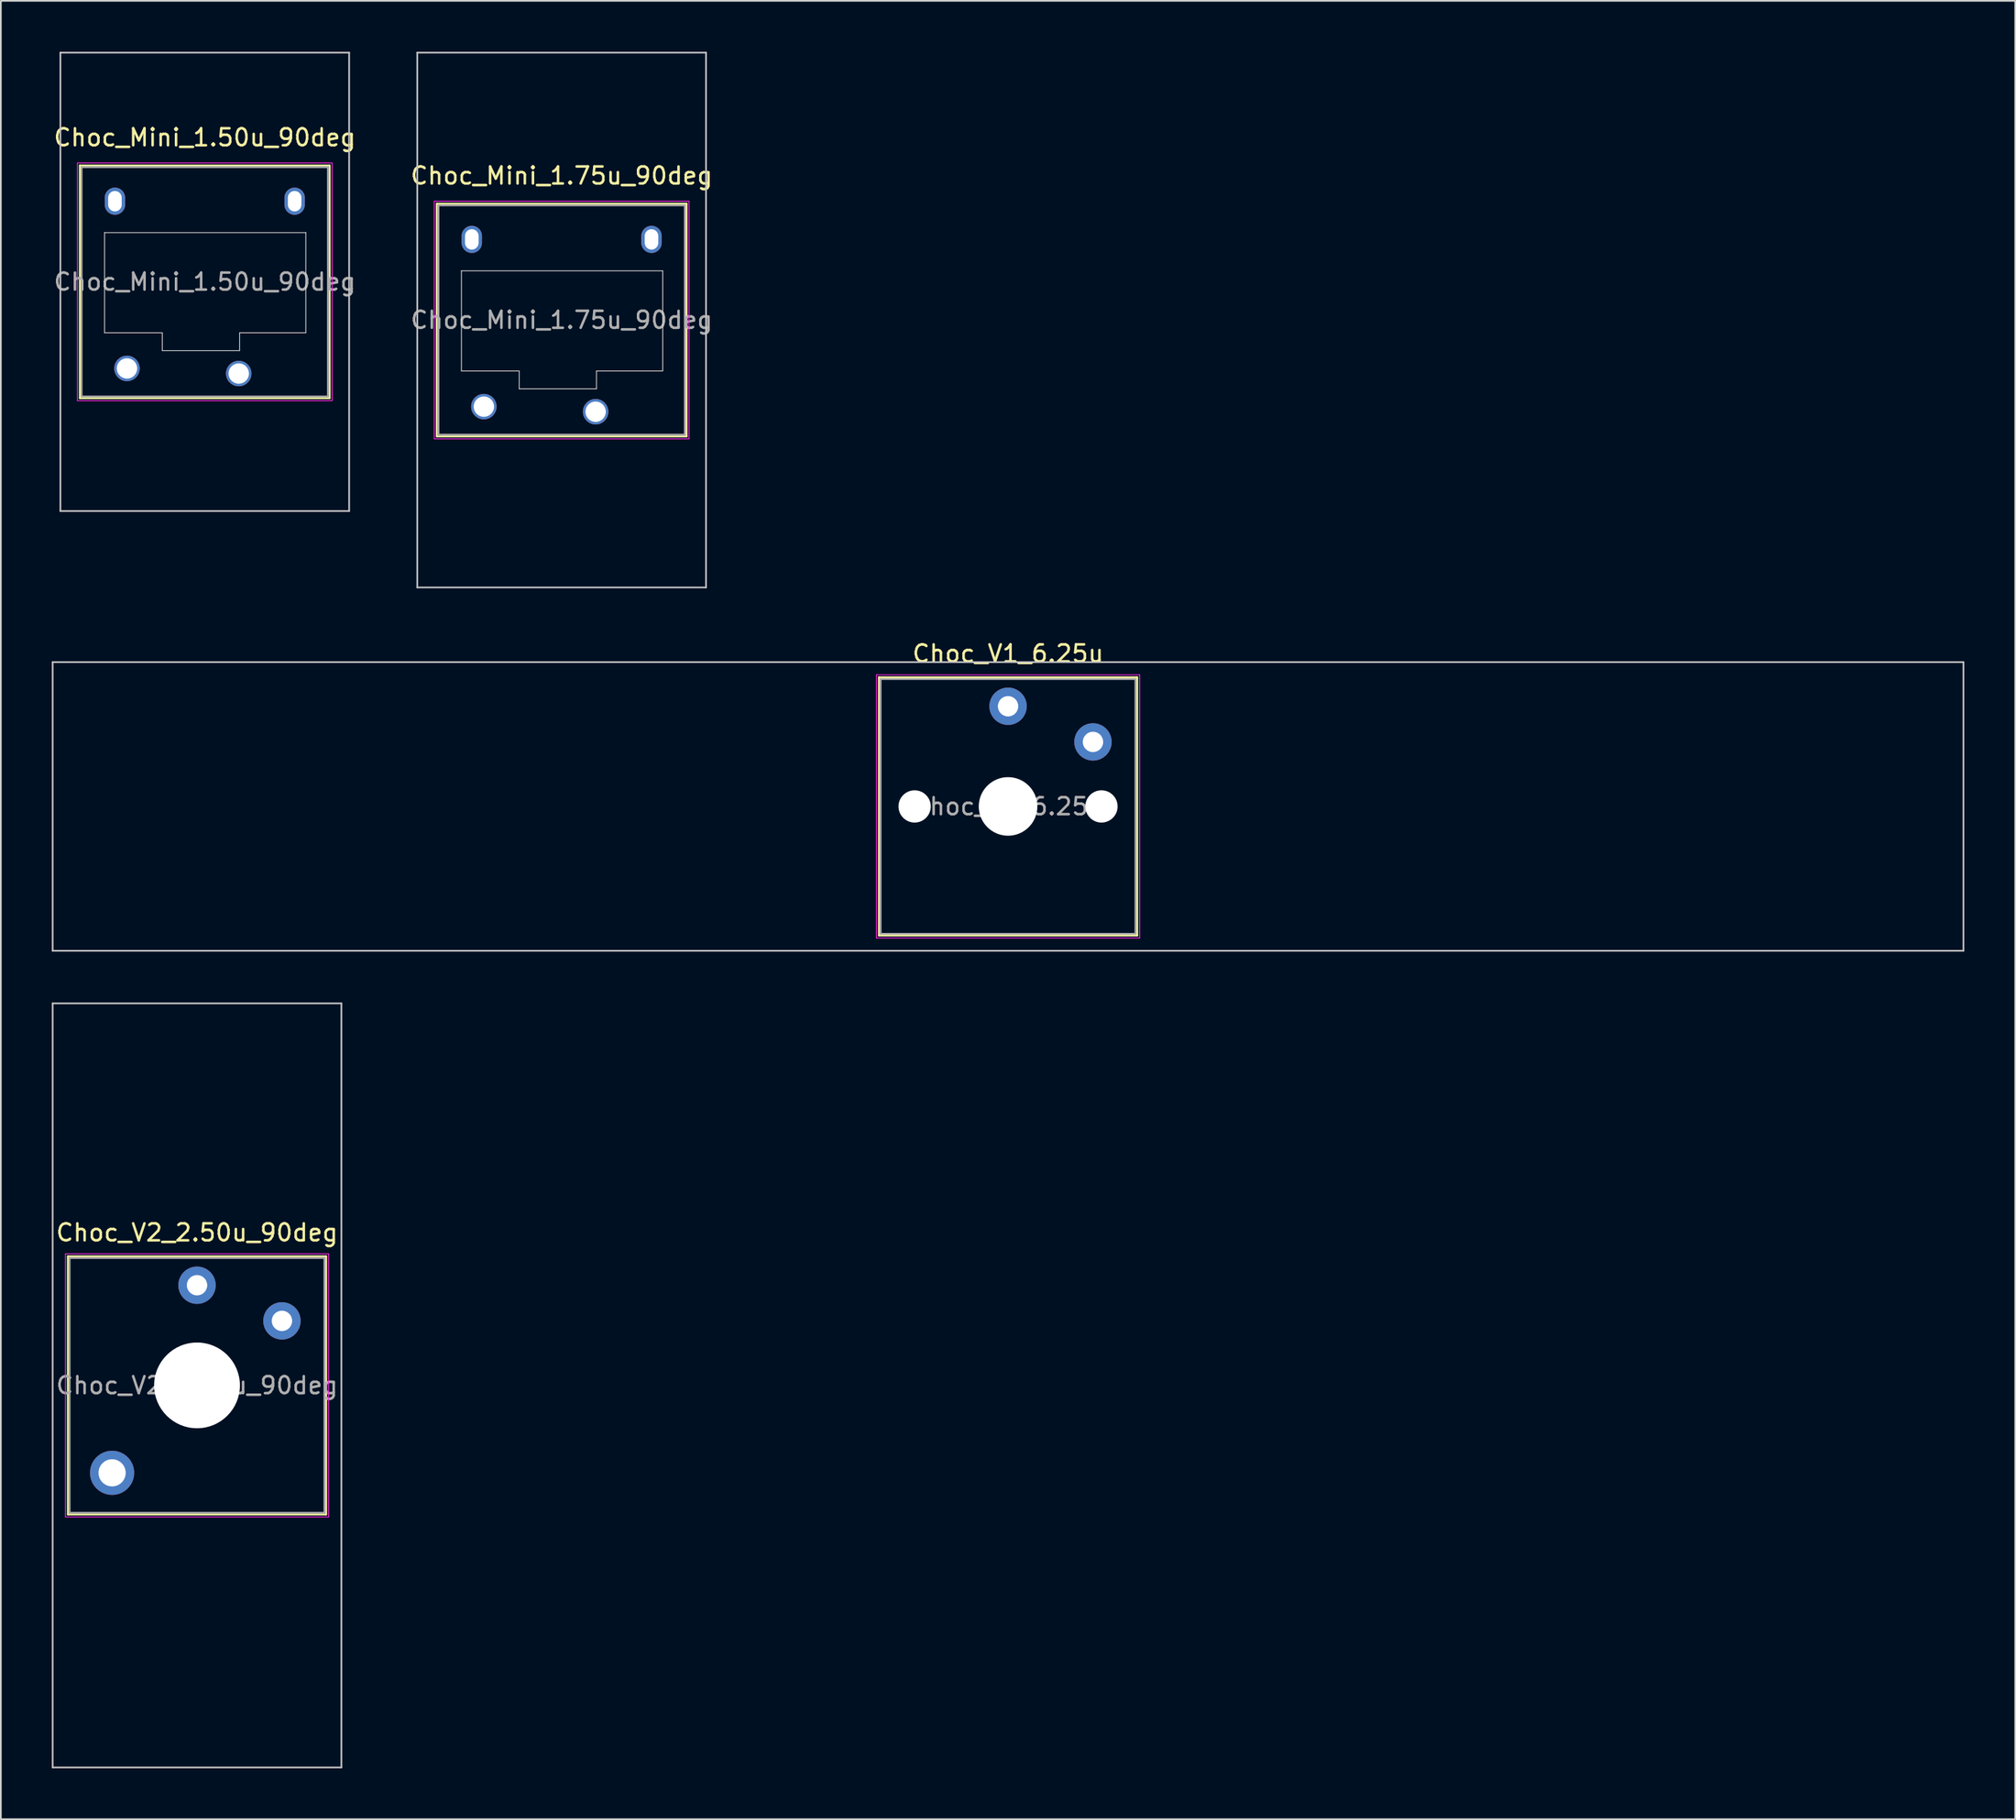
<source format=kicad_pcb>
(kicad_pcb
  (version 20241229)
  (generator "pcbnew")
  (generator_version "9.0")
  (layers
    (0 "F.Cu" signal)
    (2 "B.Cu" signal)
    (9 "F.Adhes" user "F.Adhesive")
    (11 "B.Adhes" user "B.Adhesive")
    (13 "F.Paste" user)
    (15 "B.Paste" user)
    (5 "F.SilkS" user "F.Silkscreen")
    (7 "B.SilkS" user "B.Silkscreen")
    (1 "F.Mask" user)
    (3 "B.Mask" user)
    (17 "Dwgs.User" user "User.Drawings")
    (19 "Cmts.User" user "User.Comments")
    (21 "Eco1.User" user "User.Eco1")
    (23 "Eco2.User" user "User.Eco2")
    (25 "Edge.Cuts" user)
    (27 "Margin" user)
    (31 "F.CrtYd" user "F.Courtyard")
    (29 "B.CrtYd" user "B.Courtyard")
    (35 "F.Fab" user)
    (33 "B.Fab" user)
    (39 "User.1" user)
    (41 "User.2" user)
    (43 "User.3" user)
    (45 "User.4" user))
  (footprint "Choc_V2_2.50u_90deg"
    (layer "F.Cu")
    (at 8.55 78.548)
    (property "Reference" "Choc_V2_2.50u_90deg" (at 0 -9 0) (layer "F.SilkS") (effects (font (size 1 1) (thickness 0.15))))
    (attr through_hole)
    (fp_line (start -7.6 -7.6) (end -7.6 7.6) (stroke (width 0.12) (type solid)) (layer "F.SilkS"))
    (fp_line (start -7.6 7.6) (end 7.6 7.6) (stroke (width 0.12) (type solid)) (layer "F.SilkS"))
    (fp_line (start 7.6 -7.6) (end -7.6 -7.6) (stroke (width 0.12) (type solid)) (layer "F.SilkS"))
    (fp_line (start 7.6 7.6) (end 7.6 -7.6) (stroke (width 0.12) (type solid)) (layer "F.SilkS"))
    (fp_line (start -8.5 -22.5) (end 8.5 -22.5) (stroke (width 0.1) (type solid)) (layer "Dwgs.User"))
    (fp_line (start -8.5 22.5) (end -8.5 -22.5) (stroke (width 0.1) (type solid)) (layer "Dwgs.User"))
    (fp_line (start 8.5 -22.5) (end 8.5 22.5) (stroke (width 0.1) (type solid)) (layer "Dwgs.User"))
    (fp_line (start 8.5 22.5) (end -8.5 22.5) (stroke (width 0.1) (type solid)) (layer "Dwgs.User"))
    (fp_line (start -7.25 -7.25) (end -7.25 7.25) (stroke (width 0.1) (type solid)) (layer "Eco1.User"))
    (fp_line (start -7.25 7.25) (end 7.25 7.25) (stroke (width 0.1) (type solid)) (layer "Eco1.User"))
    (fp_line (start 7.25 -7.25) (end -7.25 -7.25) (stroke (width 0.1) (type solid)) (layer "Eco1.User"))
    (fp_line (start 7.25 7.25) (end 7.25 -7.25) (stroke (width 0.1) (type solid)) (layer "Eco1.User"))
    (fp_line (start -7.75 -7.75) (end -7.75 7.75) (stroke (width 0.05) (type solid)) (layer "F.CrtYd"))
    (fp_line (start -7.75 7.75) (end 7.75 7.75) (stroke (width 0.05) (type solid)) (layer "F.CrtYd"))
    (fp_line (start 7.75 -7.75) (end -7.75 -7.75) (stroke (width 0.05) (type solid)) (layer "F.CrtYd"))
    (fp_line (start 7.75 7.75) (end 7.75 -7.75) (stroke (width 0.05) (type solid)) (layer "F.CrtYd"))
    (fp_line (start -7.5 -7.5) (end -7.5 7.5) (stroke (width 0.1) (type solid)) (layer "F.Fab"))
    (fp_line (start -7.5 7.5) (end 7.5 7.5) (stroke (width 0.1) (type solid)) (layer "F.Fab"))
    (fp_line (start 7.5 -7.5) (end -7.5 -7.5) (stroke (width 0.1) (type solid)) (layer "F.Fab"))
    (fp_line (start 7.5 7.5) (end 7.5 -7.5) (stroke (width 0.1) (type solid)) (layer "F.Fab"))
    (fp_text user "${REFERENCE}" (at 0 0 0) (layer "F.Fab") (effects (font (size 1 1) (thickness 0.15))))
    (pad "" thru_hole circle (at -5 5.15) (size 2.6 2.6) (drill 1.6) (layers "*.Cu" "*.Mask"))
    (pad "" np_thru_hole circle (at 0 0) (size 5.05 5.05) (drill 5.05) (layers "*.Cu" "*.Mask"))
    (pad "1" thru_hole circle (at 0 -5.9) (size 2.2 2.2) (drill 1.2) (layers "*.Cu" "*.Mask"))
    (pad "2" thru_hole circle (at 5 -3.8) (size 2.2 2.2) (drill 1.2) (layers "*.Cu" "*.Mask")))
  (footprint "Choc_Mini_1.50u_90deg"
    (layer "F.Cu")
    (at 9.006 13.55)
    (property "Reference" "Choc_Mini_1.50u_90deg" (at 0 -8.5 0) (layer "F.SilkS") (effects (font (size 1 1) (thickness 0.15))))
    (attr through_hole)
    (fp_line (start -7.35 -6.85) (end -7.35 6.85) (stroke (width 0.12) (type solid)) (layer "F.SilkS"))
    (fp_line (start -7.35 6.85) (end 7.35 6.85) (stroke (width 0.12) (type solid)) (layer "F.SilkS"))
    (fp_line (start 7.35 -6.85) (end -7.35 -6.85) (stroke (width 0.12) (type solid)) (layer "F.SilkS"))
    (fp_line (start 7.35 6.85) (end 7.35 -6.85) (stroke (width 0.12) (type solid)) (layer "F.SilkS"))
    (fp_line (start -8.5 -13.5) (end 8.5 -13.5) (stroke (width 0.1) (type solid)) (layer "Dwgs.User"))
    (fp_line (start -8.5 13.5) (end -8.5 -13.5) (stroke (width 0.1) (type solid)) (layer "Dwgs.User"))
    (fp_line (start 8.5 -13.5) (end 8.5 13.5) (stroke (width 0.1) (type solid)) (layer "Dwgs.User"))
    (fp_line (start 8.5 13.5) (end -8.5 13.5) (stroke (width 0.1) (type solid)) (layer "Dwgs.User"))
    (fp_line (start -6.85 -6.35) (end -6.85 6.35) (stroke (width 0.1) (type solid)) (layer "Eco1.User"))
    (fp_line (start -6.85 6.35) (end 6.85 6.35) (stroke (width 0.1) (type solid)) (layer "Eco1.User"))
    (fp_line (start 6.85 -6.35) (end -6.85 -6.35) (stroke (width 0.1) (type solid)) (layer "Eco1.User"))
    (fp_line (start 6.85 6.35) (end 6.85 -6.35) (stroke (width 0.1) (type solid)) (layer "Eco1.User"))
    (fp_line (start -5.9 -2.9) (end -5.9 3) (stroke (width 0.05) (type solid)) (layer "Edge.Cuts"))
    (fp_line (start -5.9 3) (end -2.5 3) (stroke (width 0.05) (type solid)) (layer "Edge.Cuts"))
    (fp_line (start -2.5 3) (end -2.5 4.05) (stroke (width 0.05) (type solid)) (layer "Edge.Cuts"))
    (fp_line (start -2.5 4.05) (end 2.05 4.05) (stroke (width 0.05) (type solid)) (layer "Edge.Cuts"))
    (fp_line (start 2.05 3) (end 5.95 3) (stroke (width 0.05) (type solid)) (layer "Edge.Cuts"))
    (fp_line (start 2.05 4.05) (end 2.05 3) (stroke (width 0.05) (type solid)) (layer "Edge.Cuts"))
    (fp_line (start 5.95 -2.9) (end -5.9 -2.9) (stroke (width 0.05) (type solid)) (layer "Edge.Cuts"))
    (fp_line (start 5.95 3) (end 5.95 -2.9) (stroke (width 0.05) (type solid)) (layer "Edge.Cuts"))
    (fp_line (start -7.5 -7) (end -7.5 7) (stroke (width 0.05) (type solid)) (layer "F.CrtYd"))
    (fp_line (start -7.5 7) (end 7.5 7) (stroke (width 0.05) (type solid)) (layer "F.CrtYd"))
    (fp_line (start 7.5 -7) (end -7.5 -7) (stroke (width 0.05) (type solid)) (layer "F.CrtYd"))
    (fp_line (start 7.5 7) (end 7.5 -7) (stroke (width 0.05) (type solid)) (layer "F.CrtYd"))
    (fp_line (start -7.25 -6.75) (end -7.25 6.75) (stroke (width 0.1) (type solid)) (layer "F.Fab"))
    (fp_line (start -7.25 6.75) (end 7.25 6.75) (stroke (width 0.1) (type solid)) (layer "F.Fab"))
    (fp_line (start 7.25 -6.75) (end -7.25 -6.75) (stroke (width 0.1) (type solid)) (layer "F.Fab"))
    (fp_line (start 7.25 6.75) (end 7.25 -6.75) (stroke (width 0.1) (type solid)) (layer "F.Fab"))
    (fp_text user "${REFERENCE}" (at 0 0 0) (layer "F.Fab") (effects (font (size 1 1) (thickness 0.15))))
    (pad "" np_thru_hole oval (at -5.29 -4.75) (size 1.2 1.6) (drill oval 0.8 1.2) (layers "*.Cu" "*.Mask"))
    (pad "" np_thru_hole oval (at 5.29 -4.75) (size 1.2 1.6) (drill oval 0.8 1.2) (layers "*.Cu" "*.Mask"))
    (pad "1" thru_hole circle (at 2 5.4) (size 1.5 1.5) (drill 1.2) (layers "*.Cu" "*.Mask"))
    (pad "2" thru_hole circle (at -4.58 5.1) (size 1.5 1.5) (drill 1.2) (layers "*.Cu" "*.Mask")))
  (footprint "Choc_Mini_1.75u_90deg"
    (layer "F.Cu")
    (at 30.018 15.8)
    (property "Reference" "Choc_Mini_1.75u_90deg" (at 0 -8.5 0) (layer "F.SilkS") (effects (font (size 1 1) (thickness 0.15))))
    (attr through_hole)
    (fp_line (start -7.35 -6.85) (end -7.35 6.85) (stroke (width 0.12) (type solid)) (layer "F.SilkS"))
    (fp_line (start -7.35 6.85) (end 7.35 6.85) (stroke (width 0.12) (type solid)) (layer "F.SilkS"))
    (fp_line (start 7.35 -6.85) (end -7.35 -6.85) (stroke (width 0.12) (type solid)) (layer "F.SilkS"))
    (fp_line (start 7.35 6.85) (end 7.35 -6.85) (stroke (width 0.12) (type solid)) (layer "F.SilkS"))
    (fp_line (start -8.5 -15.75) (end 8.5 -15.75) (stroke (width 0.1) (type solid)) (layer "Dwgs.User"))
    (fp_line (start -8.5 15.75) (end -8.5 -15.75) (stroke (width 0.1) (type solid)) (layer "Dwgs.User"))
    (fp_line (start 8.5 -15.75) (end 8.5 15.75) (stroke (width 0.1) (type solid)) (layer "Dwgs.User"))
    (fp_line (start 8.5 15.75) (end -8.5 15.75) (stroke (width 0.1) (type solid)) (layer "Dwgs.User"))
    (fp_line (start -6.85 -6.35) (end -6.85 6.35) (stroke (width 0.1) (type solid)) (layer "Eco1.User"))
    (fp_line (start -6.85 6.35) (end 6.85 6.35) (stroke (width 0.1) (type solid)) (layer "Eco1.User"))
    (fp_line (start 6.85 -6.35) (end -6.85 -6.35) (stroke (width 0.1) (type solid)) (layer "Eco1.User"))
    (fp_line (start 6.85 6.35) (end 6.85 -6.35) (stroke (width 0.1) (type solid)) (layer "Eco1.User"))
    (fp_line (start -5.9 -2.9) (end -5.9 3) (stroke (width 0.05) (type solid)) (layer "Edge.Cuts"))
    (fp_line (start -5.9 3) (end -2.5 3) (stroke (width 0.05) (type solid)) (layer "Edge.Cuts"))
    (fp_line (start -2.5 3) (end -2.5 4.05) (stroke (width 0.05) (type solid)) (layer "Edge.Cuts"))
    (fp_line (start -2.5 4.05) (end 2.05 4.05) (stroke (width 0.05) (type solid)) (layer "Edge.Cuts"))
    (fp_line (start 2.05 3) (end 5.95 3) (stroke (width 0.05) (type solid)) (layer "Edge.Cuts"))
    (fp_line (start 2.05 4.05) (end 2.05 3) (stroke (width 0.05) (type solid)) (layer "Edge.Cuts"))
    (fp_line (start 5.95 -2.9) (end -5.9 -2.9) (stroke (width 0.05) (type solid)) (layer "Edge.Cuts"))
    (fp_line (start 5.95 3) (end 5.95 -2.9) (stroke (width 0.05) (type solid)) (layer "Edge.Cuts"))
    (fp_line (start -7.5 -7) (end -7.5 7) (stroke (width 0.05) (type solid)) (layer "F.CrtYd"))
    (fp_line (start -7.5 7) (end 7.5 7) (stroke (width 0.05) (type solid)) (layer "F.CrtYd"))
    (fp_line (start 7.5 -7) (end -7.5 -7) (stroke (width 0.05) (type solid)) (layer "F.CrtYd"))
    (fp_line (start 7.5 7) (end 7.5 -7) (stroke (width 0.05) (type solid)) (layer "F.CrtYd"))
    (fp_line (start -7.25 -6.75) (end -7.25 6.75) (stroke (width 0.1) (type solid)) (layer "F.Fab"))
    (fp_line (start -7.25 6.75) (end 7.25 6.75) (stroke (width 0.1) (type solid)) (layer "F.Fab"))
    (fp_line (start 7.25 -6.75) (end -7.25 -6.75) (stroke (width 0.1) (type solid)) (layer "F.Fab"))
    (fp_line (start 7.25 6.75) (end 7.25 -6.75) (stroke (width 0.1) (type solid)) (layer "F.Fab"))
    (fp_text user "${REFERENCE}" (at 0 0 0) (layer "F.Fab") (effects (font (size 1 1) (thickness 0.15))))
    (pad "" np_thru_hole oval (at -5.29 -4.75) (size 1.2 1.6) (drill oval 0.8 1.2) (layers "*.Cu" "*.Mask"))
    (pad "" np_thru_hole oval (at 5.29 -4.75) (size 1.2 1.6) (drill oval 0.8 1.2) (layers "*.Cu" "*.Mask"))
    (pad "1" thru_hole circle (at 2 5.4) (size 1.5 1.5) (drill 1.2) (layers "*.Cu" "*.Mask"))
    (pad "2" thru_hole circle (at -4.58 5.1) (size 1.5 1.5) (drill 1.2) (layers "*.Cu" "*.Mask")))
  (footprint "Choc_V1_6.25u"
    (layer "F.Cu")
    (at 56.3 44.448)
    (property "Reference" "Choc_V1_6.25u" (at 0 -9 0) (layer "F.SilkS") (effects (font (size 1 1) (thickness 0.15))))
    (attr through_hole)
    (fp_line (start -7.6 -7.6) (end -7.6 7.6) (stroke (width 0.12) (type solid)) (layer "F.SilkS"))
    (fp_line (start -7.6 7.6) (end 7.6 7.6) (stroke (width 0.12) (type solid)) (layer "F.SilkS"))
    (fp_line (start 7.6 -7.6) (end -7.6 -7.6) (stroke (width 0.12) (type solid)) (layer "F.SilkS"))
    (fp_line (start 7.6 7.6) (end 7.6 -7.6) (stroke (width 0.12) (type solid)) (layer "F.SilkS"))
    (fp_line (start -56.25 -8.5) (end -56.25 8.5) (stroke (width 0.1) (type solid)) (layer "Dwgs.User"))
    (fp_line (start -56.25 8.5) (end 56.25 8.5) (stroke (width 0.1) (type solid)) (layer "Dwgs.User"))
    (fp_line (start 56.25 -8.5) (end -56.25 -8.5) (stroke (width 0.1) (type solid)) (layer "Dwgs.User"))
    (fp_line (start 56.25 8.5) (end 56.25 -8.5) (stroke (width 0.1) (type solid)) (layer "Dwgs.User"))
    (fp_line (start -7.25 -7.25) (end -7.25 7.25) (stroke (width 0.1) (type solid)) (layer "Eco1.User"))
    (fp_line (start -7.25 7.25) (end 7.25 7.25) (stroke (width 0.1) (type solid)) (layer "Eco1.User"))
    (fp_line (start 7.25 -7.25) (end -7.25 -7.25) (stroke (width 0.1) (type solid)) (layer "Eco1.User"))
    (fp_line (start 7.25 7.25) (end 7.25 -7.25) (stroke (width 0.1) (type solid)) (layer "Eco1.User"))
    (fp_line (start -7.75 -7.75) (end -7.75 7.75) (stroke (width 0.05) (type solid)) (layer "F.CrtYd"))
    (fp_line (start -7.75 7.75) (end 7.75 7.75) (stroke (width 0.05) (type solid)) (layer "F.CrtYd"))
    (fp_line (start 7.75 -7.75) (end -7.75 -7.75) (stroke (width 0.05) (type solid)) (layer "F.CrtYd"))
    (fp_line (start 7.75 7.75) (end 7.75 -7.75) (stroke (width 0.05) (type solid)) (layer "F.CrtYd"))
    (fp_line (start -7.5 -7.5) (end -7.5 7.5) (stroke (width 0.1) (type solid)) (layer "F.Fab"))
    (fp_line (start -7.5 7.5) (end 7.5 7.5) (stroke (width 0.1) (type solid)) (layer "F.Fab"))
    (fp_line (start 7.5 -7.5) (end -7.5 -7.5) (stroke (width 0.1) (type solid)) (layer "F.Fab"))
    (fp_line (start 7.5 7.5) (end 7.5 -7.5) (stroke (width 0.1) (type solid)) (layer "F.Fab"))
    (fp_text user "${REFERENCE}" (at 0 0 0) (layer "F.Fab") (effects (font (size 1 1) (thickness 0.15))))
    (pad "" np_thru_hole circle (at -5.5 0) (size 1.9 1.9) (drill 1.9) (layers "*.Cu" "*.Mask"))
    (pad "" np_thru_hole circle (at 0 0) (size 3.45 3.45) (drill 3.45) (layers "*.Cu" "*.Mask"))
    (pad "" np_thru_hole circle (at 5.5 0) (size 1.9 1.9) (drill 1.9) (layers "*.Cu" "*.Mask"))
    (pad "1" thru_hole circle (at 0 -5.9) (size 2.2 2.2) (drill 1.2) (layers "*.Cu" "*.Mask"))
    (pad "2" thru_hole circle (at 5 -3.8) (size 2.2 2.2) (drill 1.2) (layers "*.Cu" "*.Mask")))
  (gr_rect
    (start -3 -3)
    (end 115.6 104.098)
    (stroke (width 0.1) (type default))
    (fill no)
    (layer "Edge.Cuts")))
</source>
